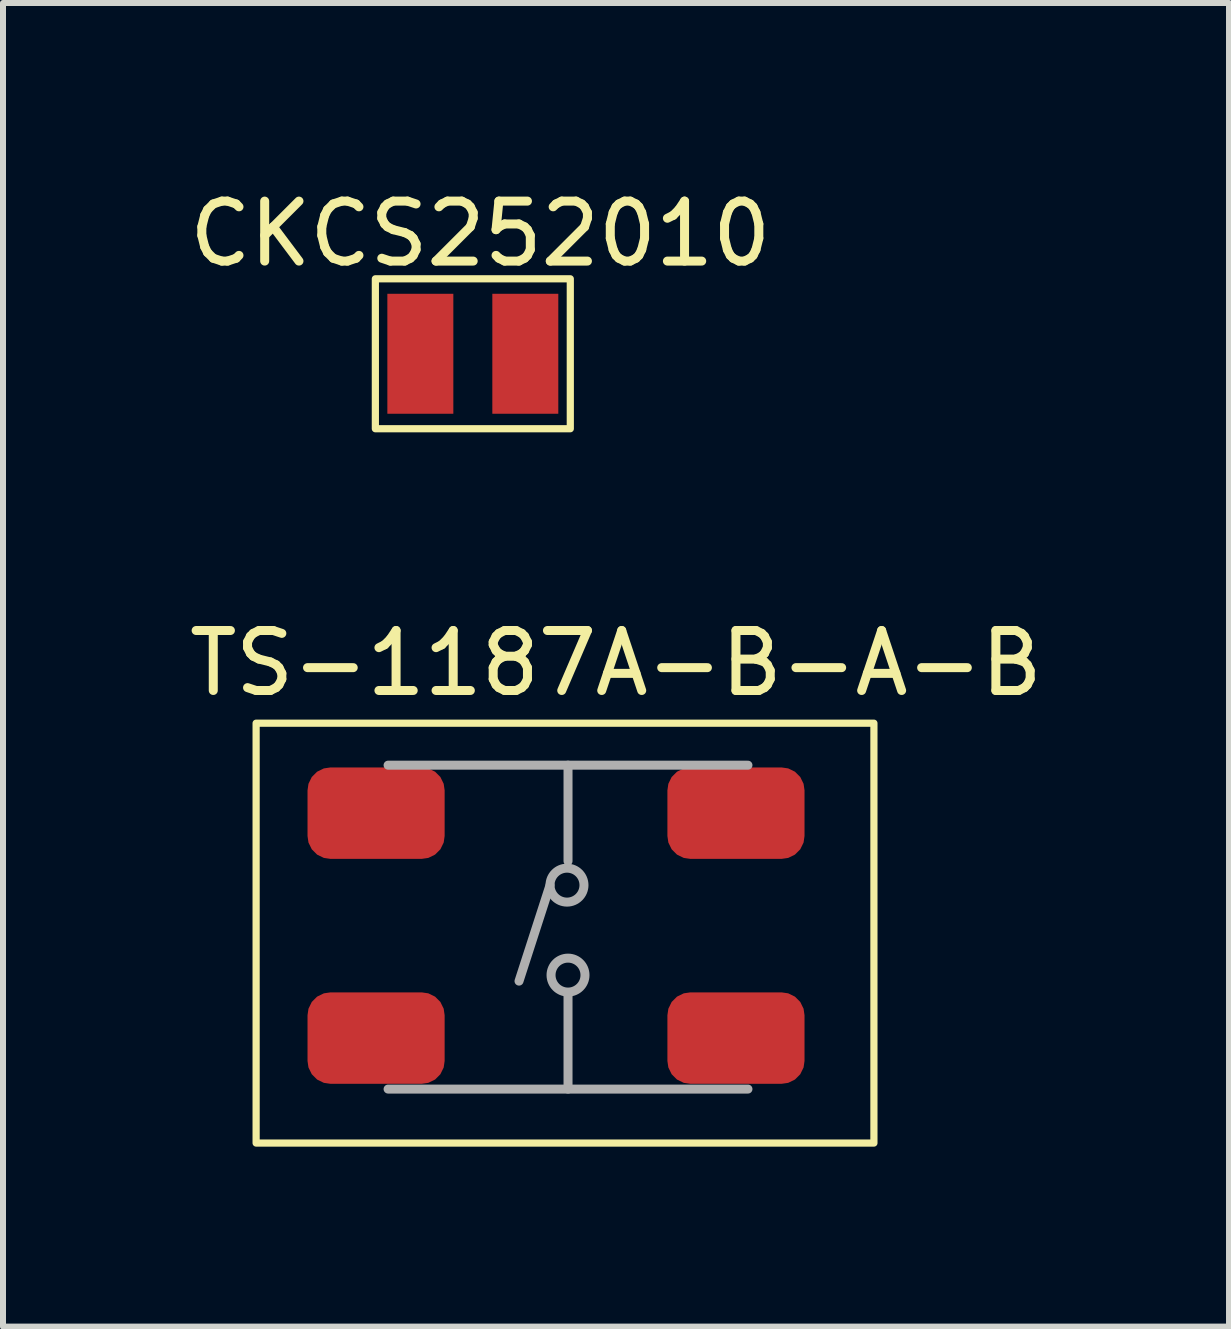
<source format=kicad_pcb>
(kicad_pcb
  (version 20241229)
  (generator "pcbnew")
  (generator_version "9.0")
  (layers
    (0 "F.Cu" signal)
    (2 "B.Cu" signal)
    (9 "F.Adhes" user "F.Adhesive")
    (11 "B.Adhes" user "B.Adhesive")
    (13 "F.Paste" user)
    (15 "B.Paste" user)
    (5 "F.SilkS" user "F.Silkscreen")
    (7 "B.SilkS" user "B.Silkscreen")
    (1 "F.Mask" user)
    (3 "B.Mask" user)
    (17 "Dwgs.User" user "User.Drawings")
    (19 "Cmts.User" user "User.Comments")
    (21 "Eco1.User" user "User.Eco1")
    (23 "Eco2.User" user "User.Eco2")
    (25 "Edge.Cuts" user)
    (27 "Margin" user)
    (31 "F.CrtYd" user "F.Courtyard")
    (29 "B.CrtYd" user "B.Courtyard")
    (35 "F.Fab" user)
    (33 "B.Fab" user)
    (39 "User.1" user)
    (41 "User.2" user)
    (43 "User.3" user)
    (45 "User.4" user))
  (footprint "CKCS252010"
    (layer "F.Cu")
    (at 3.958 2.848)
    (property "Reference" "CKCS252010" (at 1 -2 0) (unlocked yes) (layer "F.SilkS") (effects (font (size 1 1) (thickness 0.15))))
    (attr smd)
    (fp_rect (start -0.75 -1.25) (end 2.5 1.25) (stroke (width 0.12) (type solid)) (fill no) (layer "F.SilkS"))
    (pad "1" smd rect (at 0 0) (size 1.1 2) (layers "F.Cu" "F.Mask" "F.Paste"))
    (pad "2" smd rect (at 1.75 0) (size 1.1 2) (layers "F.Cu" "F.Mask" "F.Paste")))
  (footprint "TS-1187A-B-A-B"
    (layer "F.Cu")
    (at 3.22 10.507)
    (property "Reference" "TS-1187A-B-A-B" (at 4 -2.5 0) (unlocked yes) (layer "F.SilkS") (effects (font (size 1 1) (thickness 0.15))))
    (attr smd)
    (fp_rect (start -2 -1.5) (end 8.3 5.5) (stroke (width 0.12) (type solid)) (fill no) (layer "F.SilkS"))
    (fp_line (start 0.2 -0.8) (end 6.2 -0.8) (stroke (width 0.15) (type solid)) (layer "F.Fab"))
    (fp_line (start 2.9 1.2) (end 2.383 2.8) (stroke (width 0.15) (type solid)) (layer "F.Fab"))
    (fp_line (start 3.2 -0.8) (end 3.2 0.8) (stroke (width 0.15) (type solid)) (layer "F.Fab"))
    (fp_line (start 3.2 4.6) (end 3.2 3) (stroke (width 0.15) (type solid)) (layer "F.Fab"))
    (fp_line (start 6.2 4.6) (end 0.2 4.6) (stroke (width 0.15) (type solid)) (layer "F.Fab"))
    (fp_circle (center 3.183 1.2) (end 3.466 1.2) (stroke (width 0.15) (type solid)) (fill no) (layer "F.Fab"))
    (fp_circle (center 3.2 2.7) (end 3.483 2.7) (stroke (width 0.15) (type solid)) (fill no) (layer "F.Fab"))
    (pad "1" smd roundrect (at 0 0) (size 2.286 1.524) (layers "F.Cu" "F.Mask" "F.Paste") (roundrect_rratio 0.25))
    (pad "1" smd roundrect (at 6 0) (size 2.286 1.524) (layers "F.Cu" "F.Mask" "F.Paste") (roundrect_rratio 0.25))
    (pad "2" connect roundrect (at 0 3.75) (size 2.286 1.524) (layers "F.Cu" "F.Mask") (roundrect_rratio 0.25))
    (pad "2" smd roundrect (at 6 3.75) (size 2.286 1.524) (layers "F.Cu" "F.Mask" "F.Paste") (roundrect_rratio 0.25)))
  (gr_rect
    (start -3 -3)
    (end 17.44 19.067)
    (stroke (width 0.1) (type default))
    (fill no)
    (layer "Edge.Cuts")))
</source>
